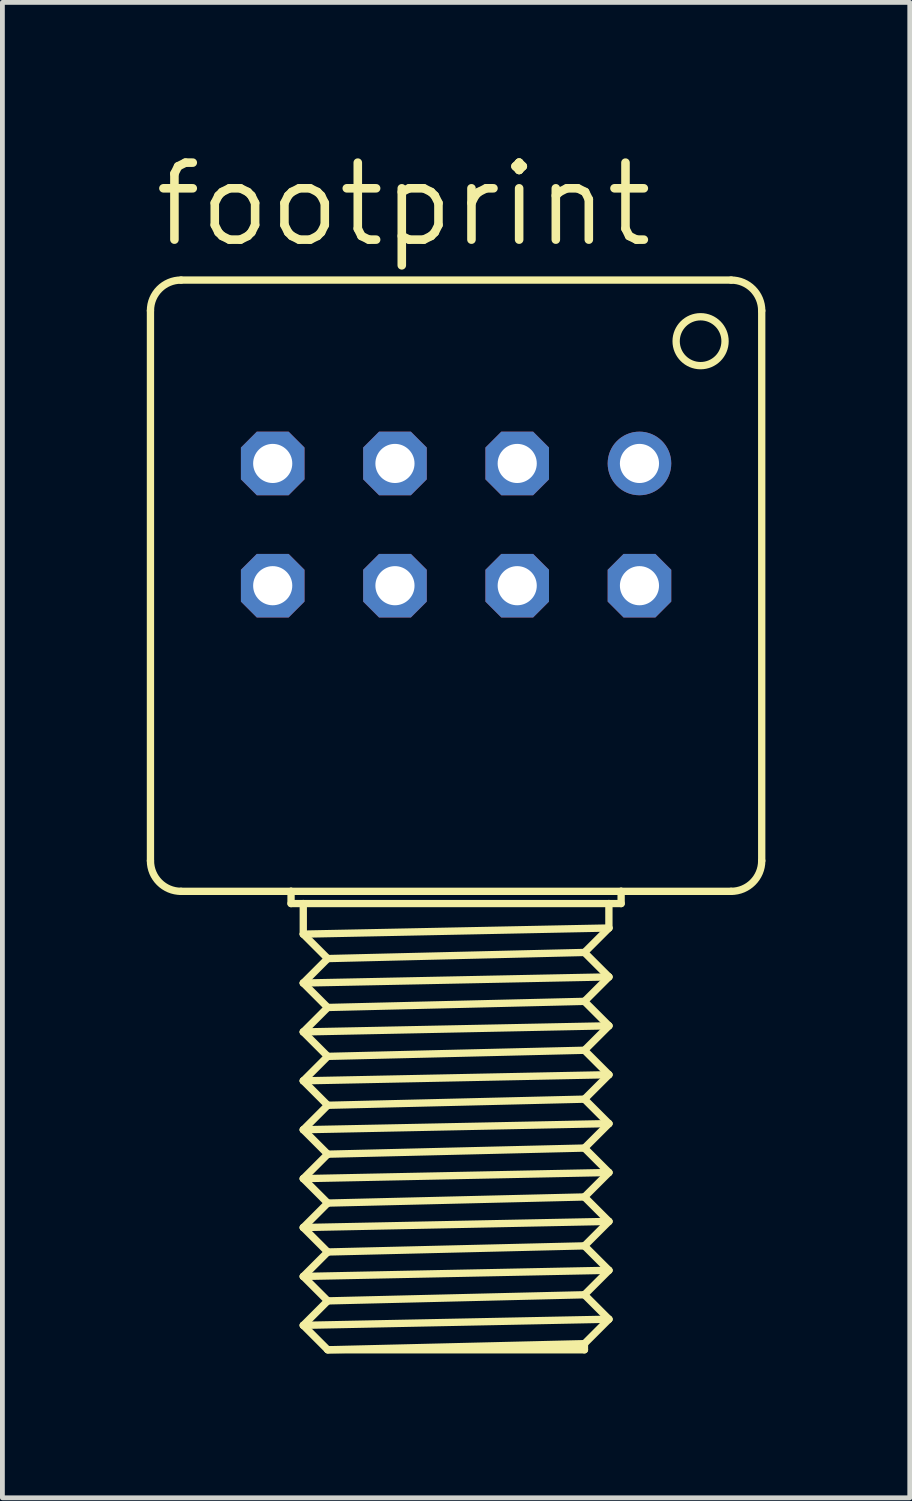
<source format=kicad_pcb>
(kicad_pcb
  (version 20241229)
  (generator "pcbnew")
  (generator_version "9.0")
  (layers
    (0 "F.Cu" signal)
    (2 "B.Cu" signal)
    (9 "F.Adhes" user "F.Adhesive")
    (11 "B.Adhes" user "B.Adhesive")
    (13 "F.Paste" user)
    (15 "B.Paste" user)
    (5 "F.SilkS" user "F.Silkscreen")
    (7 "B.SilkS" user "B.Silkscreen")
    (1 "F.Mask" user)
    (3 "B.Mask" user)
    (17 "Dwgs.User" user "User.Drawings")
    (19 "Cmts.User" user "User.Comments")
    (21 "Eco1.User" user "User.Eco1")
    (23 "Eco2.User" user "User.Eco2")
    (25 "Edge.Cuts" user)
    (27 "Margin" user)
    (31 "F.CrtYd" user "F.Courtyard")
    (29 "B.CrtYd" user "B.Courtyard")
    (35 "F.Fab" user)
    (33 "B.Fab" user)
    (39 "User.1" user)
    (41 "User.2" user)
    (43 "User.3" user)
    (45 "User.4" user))
  (footprint "footprint"
    (layer "F.Cu")
    (at 6.426 9.119)
    (property "Reference" "footprint" (at -6.35 -6.985 0) (layer "F.SilkS") (effects (font (size 1.6 1.6) (thickness 0.178)) (justify left bottom)))
    (fp_line (start -6.35 -5.715) (end -6.35 5.715) (stroke (width 0.152) (type solid)) (layer "F.SilkS"))
    (fp_line (start -5.715 -6.35) (end 5.715 -6.35) (stroke (width 0.152) (type solid)) (layer "F.SilkS"))
    (fp_line (start -5.715 6.35) (end -3.429 6.35) (stroke (width 0.152) (type solid)) (layer "F.SilkS"))
    (fp_line (start -3.429 6.604) (end -3.429 6.35) (stroke (width 0.152) (type solid)) (layer "F.SilkS"))
    (fp_line (start -3.175 6.604) (end -3.429 6.604) (stroke (width 0.152) (type solid)) (layer "F.SilkS"))
    (fp_line (start -3.175 6.604) (end -3.175 7.239) (stroke (width 0.152) (type solid)) (layer "F.SilkS"))
    (fp_line (start -3.175 8.255) (end -2.667 8.763) (stroke (width 0.152) (type solid)) (layer "F.SilkS"))
    (fp_line (start -3.175 9.271) (end -2.667 9.779) (stroke (width 0.152) (type solid)) (layer "F.SilkS"))
    (fp_line (start -3.175 10.287) (end -2.667 10.795) (stroke (width 0.152) (type solid)) (layer "F.SilkS"))
    (fp_line (start -3.175 11.303) (end -2.667 11.811) (stroke (width 0.152) (type solid)) (layer "F.SilkS"))
    (fp_line (start -3.175 12.319) (end -2.667 12.827) (stroke (width 0.152) (type solid)) (layer "F.SilkS"))
    (fp_line (start -3.175 13.335) (end -2.667 13.843) (stroke (width 0.152) (type solid)) (layer "F.SilkS"))
    (fp_line (start -3.175 14.351) (end -2.667 14.859) (stroke (width 0.152) (type solid)) (layer "F.SilkS"))
    (fp_line (start -2.667 7.747) (end -3.175 7.239) (stroke (width 0.152) (type solid)) (layer "F.SilkS"))
    (fp_line (start -2.667 7.747) (end -3.175 8.255) (stroke (width 0.152) (type solid)) (layer "F.SilkS"))
    (fp_line (start -2.667 8.763) (end -3.175 9.271) (stroke (width 0.152) (type solid)) (layer "F.SilkS"))
    (fp_line (start -2.667 9.779) (end -3.175 10.287) (stroke (width 0.152) (type solid)) (layer "F.SilkS"))
    (fp_line (start -2.667 10.795) (end -3.175 11.303) (stroke (width 0.152) (type solid)) (layer "F.SilkS"))
    (fp_line (start -2.667 11.811) (end -3.175 12.319) (stroke (width 0.152) (type solid)) (layer "F.SilkS"))
    (fp_line (start -2.667 12.827) (end -3.175 13.335) (stroke (width 0.152) (type solid)) (layer "F.SilkS"))
    (fp_line (start -2.667 13.843) (end -3.175 14.351) (stroke (width 0.152) (type solid)) (layer "F.SilkS"))
    (fp_line (start -2.667 14.859) (end -3.175 15.367) (stroke (width 0.152) (type solid)) (layer "F.SilkS"))
    (fp_line (start -2.667 15.875) (end -3.175 15.367) (stroke (width 0.152) (type solid)) (layer "F.SilkS"))
    (fp_line (start 2.667 7.62) (end -2.667 7.747) (stroke (width 0.152) (type solid)) (layer "F.SilkS"))
    (fp_line (start 2.667 7.62) (end 3.175 7.112) (stroke (width 0.152) (type solid)) (layer "F.SilkS"))
    (fp_line (start 2.667 7.62) (end 3.175 8.128) (stroke (width 0.152) (type solid)) (layer "F.SilkS"))
    (fp_line (start 2.667 8.636) (end -2.667 8.763) (stroke (width 0.152) (type solid)) (layer "F.SilkS"))
    (fp_line (start 2.667 8.636) (end 3.175 8.128) (stroke (width 0.152) (type solid)) (layer "F.SilkS"))
    (fp_line (start 2.667 8.636) (end 3.175 9.144) (stroke (width 0.152) (type solid)) (layer "F.SilkS"))
    (fp_line (start 2.667 9.652) (end -2.667 9.779) (stroke (width 0.152) (type solid)) (layer "F.SilkS"))
    (fp_line (start 2.667 9.652) (end 3.175 10.16) (stroke (width 0.152) (type solid)) (layer "F.SilkS"))
    (fp_line (start 2.667 10.668) (end -2.667 10.795) (stroke (width 0.152) (type solid)) (layer "F.SilkS"))
    (fp_line (start 2.667 10.668) (end 3.175 11.176) (stroke (width 0.152) (type solid)) (layer "F.SilkS"))
    (fp_line (start 2.667 11.684) (end -2.667 11.811) (stroke (width 0.152) (type solid)) (layer "F.SilkS"))
    (fp_line (start 2.667 11.684) (end 3.175 12.192) (stroke (width 0.152) (type solid)) (layer "F.SilkS"))
    (fp_line (start 2.667 12.7) (end -2.667 12.827) (stroke (width 0.152) (type solid)) (layer "F.SilkS"))
    (fp_line (start 2.667 12.7) (end 3.175 13.208) (stroke (width 0.152) (type solid)) (layer "F.SilkS"))
    (fp_line (start 2.667 13.716) (end -2.667 13.843) (stroke (width 0.152) (type solid)) (layer "F.SilkS"))
    (fp_line (start 2.667 13.716) (end 3.175 14.224) (stroke (width 0.152) (type solid)) (layer "F.SilkS"))
    (fp_line (start 2.667 14.732) (end -2.667 14.859) (stroke (width 0.152) (type solid)) (layer "F.SilkS"))
    (fp_line (start 2.667 14.732) (end 3.175 15.24) (stroke (width 0.152) (type solid)) (layer "F.SilkS"))
    (fp_line (start 2.667 15.748) (end -2.667 15.875) (stroke (width 0.152) (type solid)) (layer "F.SilkS"))
    (fp_line (start 2.667 15.748) (end 3.175 15.24) (stroke (width 0.152) (type solid)) (layer "F.SilkS"))
    (fp_line (start 2.667 15.875) (end -2.667 15.875) (stroke (width 0.152) (type solid)) (layer "F.SilkS"))
    (fp_line (start 2.667 15.875) (end 2.667 15.748) (stroke (width 0.152) (type solid)) (layer "F.SilkS"))
    (fp_line (start 3.175 6.604) (end -3.175 6.604) (stroke (width 0.152) (type solid)) (layer "F.SilkS"))
    (fp_line (start 3.175 6.604) (end 3.175 7.112) (stroke (width 0.152) (type solid)) (layer "F.SilkS"))
    (fp_line (start 3.175 7.112) (end -3.175 7.239) (stroke (width 0.152) (type solid)) (layer "F.SilkS"))
    (fp_line (start 3.175 8.128) (end -3.175 8.255) (stroke (width 0.152) (type solid)) (layer "F.SilkS"))
    (fp_line (start 3.175 9.144) (end -3.175 9.271) (stroke (width 0.152) (type solid)) (layer "F.SilkS"))
    (fp_line (start 3.175 9.144) (end 2.667 9.652) (stroke (width 0.152) (type solid)) (layer "F.SilkS"))
    (fp_line (start 3.175 10.16) (end -3.175 10.287) (stroke (width 0.152) (type solid)) (layer "F.SilkS"))
    (fp_line (start 3.175 10.16) (end 2.667 10.668) (stroke (width 0.152) (type solid)) (layer "F.SilkS"))
    (fp_line (start 3.175 11.176) (end -3.175 11.303) (stroke (width 0.152) (type solid)) (layer "F.SilkS"))
    (fp_line (start 3.175 11.176) (end 2.667 11.684) (stroke (width 0.152) (type solid)) (layer "F.SilkS"))
    (fp_line (start 3.175 12.192) (end -3.175 12.319) (stroke (width 0.152) (type solid)) (layer "F.SilkS"))
    (fp_line (start 3.175 12.192) (end 2.667 12.7) (stroke (width 0.152) (type solid)) (layer "F.SilkS"))
    (fp_line (start 3.175 13.208) (end -3.175 13.335) (stroke (width 0.152) (type solid)) (layer "F.SilkS"))
    (fp_line (start 3.175 13.208) (end 2.667 13.716) (stroke (width 0.152) (type solid)) (layer "F.SilkS"))
    (fp_line (start 3.175 14.224) (end -3.175 14.351) (stroke (width 0.152) (type solid)) (layer "F.SilkS"))
    (fp_line (start 3.175 14.224) (end 2.667 14.732) (stroke (width 0.152) (type solid)) (layer "F.SilkS"))
    (fp_line (start 3.175 15.24) (end -3.175 15.367) (stroke (width 0.152) (type solid)) (layer "F.SilkS"))
    (fp_line (start 3.429 6.35) (end -3.429 6.35) (stroke (width 0.152) (type solid)) (layer "F.SilkS"))
    (fp_line (start 3.429 6.35) (end 3.429 6.604) (stroke (width 0.152) (type solid)) (layer "F.SilkS"))
    (fp_line (start 3.429 6.604) (end 3.175 6.604) (stroke (width 0.152) (type solid)) (layer "F.SilkS"))
    (fp_line (start 5.715 6.35) (end 3.429 6.35) (stroke (width 0.152) (type solid)) (layer "F.SilkS"))
    (fp_line (start 6.35 -5.715) (end 6.35 5.715) (stroke (width 0.152) (type solid)) (layer "F.SilkS"))
    (fp_arc (start -6.35 -5.715) (mid -6.164013 -6.164013) (end -5.715 -6.35) (stroke (width 0.1524) (type solid)) (layer "F.SilkS"))
    (fp_arc (start -5.715 6.35) (mid -6.164013 6.164013) (end -6.35 5.715) (stroke (width 0.1524) (type solid)) (layer "F.SilkS"))
    (fp_arc (start 5.715 -6.35) (mid 6.164013 -6.164013) (end 6.35 -5.715) (stroke (width 0.1524) (type solid)) (layer "F.SilkS"))
    (fp_arc (start 6.35 5.715) (mid 6.164013 6.164013) (end 5.715 6.35) (stroke (width 0.1524) (type solid)) (layer "F.SilkS"))
    (fp_circle (center 5.08 -5.08) (end 5.588 -5.08) (stroke (width 0.152) (type solid)) (fill no) (layer "F.SilkS"))
    (pad "1" thru_hole circle (at 3.81 -2.54) (size 1.321 1.321) (drill 0.813) (layers "*.Cu" "*.Mask"))
    (pad "2" thru_hole roundrect (at 1.27 -2.54) (size 1.321 1.321) (drill 0.813) (layers "*.Cu" "*.Mask") (roundrect_rratio 0.25) (chamfer_ratio 0.25) (chamfer top_left top_right bottom_left bottom_right))
    (pad "3" thru_hole roundrect (at -1.27 -2.54) (size 1.321 1.321) (drill 0.813) (layers "*.Cu" "*.Mask") (roundrect_rratio 0.25) (chamfer_ratio 0.25) (chamfer top_left top_right bottom_left bottom_right))
    (pad "4" thru_hole roundrect (at -3.81 -2.54) (size 1.321 1.321) (drill 0.813) (layers "*.Cu" "*.Mask") (roundrect_rratio 0.25) (chamfer_ratio 0.25) (chamfer top_left top_right bottom_left bottom_right))
    (pad "5" thru_hole roundrect (at -3.81 0) (size 1.321 1.321) (drill 0.813) (layers "*.Cu" "*.Mask") (roundrect_rratio 0.25) (chamfer_ratio 0.25) (chamfer top_left top_right bottom_left bottom_right))
    (pad "6" thru_hole roundrect (at -1.27 0) (size 1.321 1.321) (drill 0.813) (layers "*.Cu" "*.Mask") (roundrect_rratio 0.25) (chamfer_ratio 0.25) (chamfer top_left top_right bottom_left bottom_right))
    (pad "7" thru_hole roundrect (at 1.27 0) (size 1.321 1.321) (drill 0.813) (layers "*.Cu" "*.Mask") (roundrect_rratio 0.25) (chamfer_ratio 0.25) (chamfer top_left top_right bottom_left bottom_right))
    (pad "8" thru_hole roundrect (at 3.81 0) (size 1.321 1.321) (drill 0.813) (layers "*.Cu" "*.Mask") (roundrect_rratio 0.25) (chamfer_ratio 0.25) (chamfer top_left top_right bottom_left bottom_right)))
  (gr_rect
    (start -3 -3)
    (end 15.852 28.07)
    (stroke (width 0.1) (type default))
    (fill no)
    (layer "Edge.Cuts")))
</source>
